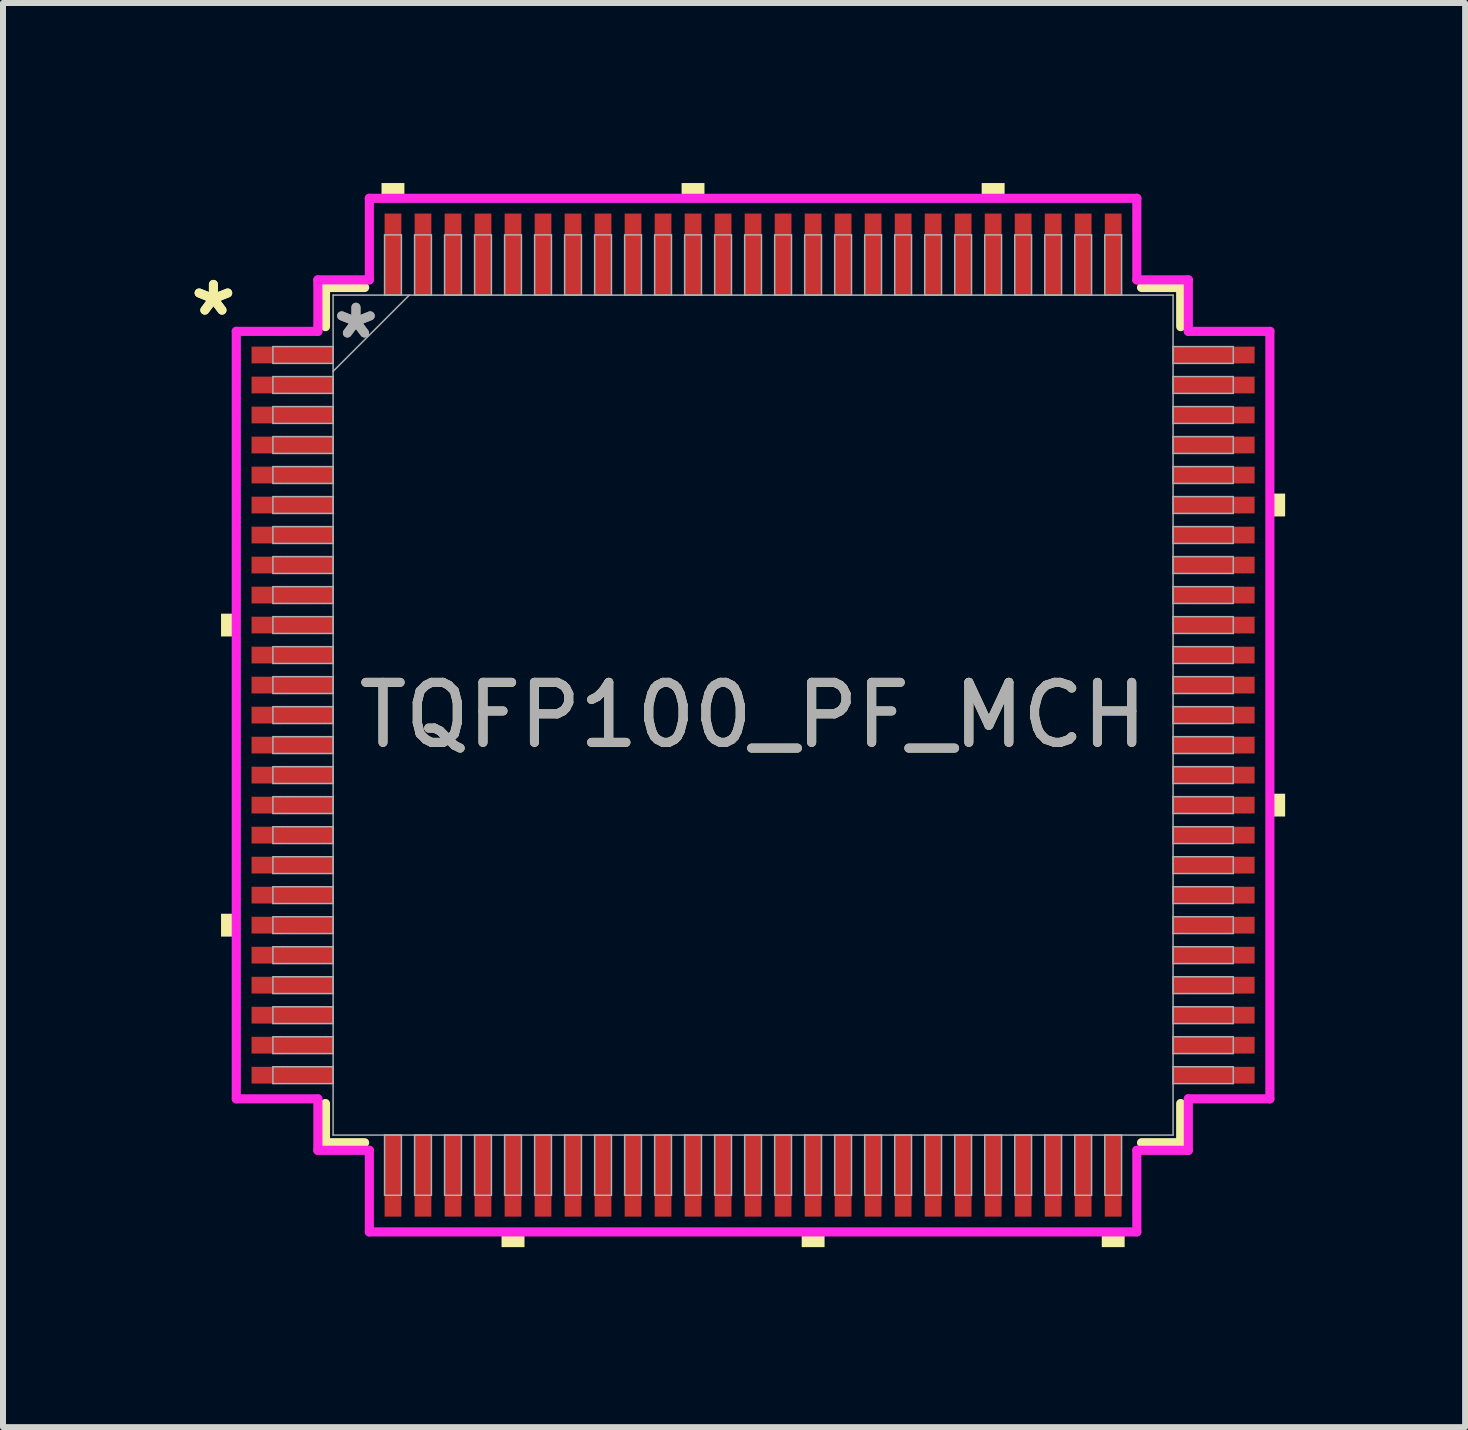
<source format=kicad_pcb>
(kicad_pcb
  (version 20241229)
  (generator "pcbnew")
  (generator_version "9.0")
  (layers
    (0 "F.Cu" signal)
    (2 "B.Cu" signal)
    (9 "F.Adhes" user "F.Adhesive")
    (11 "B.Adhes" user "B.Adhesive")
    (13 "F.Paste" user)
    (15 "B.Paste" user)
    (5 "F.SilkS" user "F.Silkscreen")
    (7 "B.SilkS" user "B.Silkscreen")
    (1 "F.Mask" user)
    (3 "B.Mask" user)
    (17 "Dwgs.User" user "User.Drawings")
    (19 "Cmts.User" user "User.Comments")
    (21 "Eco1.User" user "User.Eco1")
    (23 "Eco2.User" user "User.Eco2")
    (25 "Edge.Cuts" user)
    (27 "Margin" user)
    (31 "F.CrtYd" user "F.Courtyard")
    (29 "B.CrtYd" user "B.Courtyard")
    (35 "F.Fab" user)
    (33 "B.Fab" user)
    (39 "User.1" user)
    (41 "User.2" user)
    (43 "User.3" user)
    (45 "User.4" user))
  (footprint "TQFP100_PF_MCH"
    (layer "F.Cu")
    (at 9.498 8.865)
    (property "Reference" "TQFP100_PF_MCH" (at 0 0 0) (unlocked yes) (layer "F.SilkS") (effects (font (size 1 1) (thickness 0.15))))
    (attr smd)
    (fp_line (start -7.125 -7.125) (end -7.125 -6.472) (stroke (width 0.152) (type solid)) (layer "F.SilkS"))
    (fp_line (start -7.125 6.472) (end -7.125 7.125) (stroke (width 0.152) (type solid)) (layer "F.SilkS"))
    (fp_line (start -7.125 7.125) (end -6.472 7.125) (stroke (width 0.152) (type solid)) (layer "F.SilkS"))
    (fp_line (start -6.472 -7.125) (end -7.125 -7.125) (stroke (width 0.152) (type solid)) (layer "F.SilkS"))
    (fp_line (start 6.472 7.125) (end 7.125 7.125) (stroke (width 0.152) (type solid)) (layer "F.SilkS"))
    (fp_line (start 7.125 -7.125) (end 6.472 -7.125) (stroke (width 0.152) (type solid)) (layer "F.SilkS"))
    (fp_line (start 7.125 -6.472) (end 7.125 -7.125) (stroke (width 0.152) (type solid)) (layer "F.SilkS"))
    (fp_line (start 7.125 7.125) (end 7.125 6.472) (stroke (width 0.152) (type solid)) (layer "F.SilkS"))
    (fp_poly (pts (xy -8.865 -1.69) (xy -8.865 -1.31) (xy -8.611 -1.31) (xy -8.611 -1.69)) (stroke (width 0) (type solid)) (fill yes) (layer "F.SilkS"))
    (fp_poly (pts (xy -8.865 3.31) (xy -8.865 3.691) (xy -8.611 3.691) (xy -8.611 3.31)) (stroke (width 0) (type solid)) (fill yes) (layer "F.SilkS"))
    (fp_poly (pts (xy -6.191 -8.611) (xy -6.191 -8.865) (xy -5.81 -8.865) (xy -5.81 -8.611)) (stroke (width 0) (type solid)) (fill yes) (layer "F.SilkS"))
    (fp_poly (pts (xy -4.191 8.611) (xy -4.191 8.865) (xy -3.809 8.865) (xy -3.809 8.611)) (stroke (width 0) (type solid)) (fill yes) (layer "F.SilkS"))
    (fp_poly (pts (xy -1.191 -8.611) (xy -1.191 -8.865) (xy -0.81 -8.865) (xy -0.81 -8.611)) (stroke (width 0) (type solid)) (fill yes) (layer "F.SilkS"))
    (fp_poly (pts (xy 0.81 8.611) (xy 0.81 8.865) (xy 1.191 8.865) (xy 1.191 8.611)) (stroke (width 0) (type solid)) (fill yes) (layer "F.SilkS"))
    (fp_poly (pts (xy 3.809 -8.611) (xy 3.809 -8.865) (xy 4.191 -8.865) (xy 4.191 -8.611)) (stroke (width 0) (type solid)) (fill yes) (layer "F.SilkS"))
    (fp_poly (pts (xy 5.81 8.611) (xy 5.81 8.865) (xy 6.191 8.865) (xy 6.191 8.611)) (stroke (width 0) (type solid)) (fill yes) (layer "F.SilkS"))
    (fp_poly (pts (xy 8.865 -3.691) (xy 8.865 -3.31) (xy 8.611 -3.31) (xy 8.611 -3.691)) (stroke (width 0) (type solid)) (fill yes) (layer "F.SilkS"))
    (fp_poly (pts (xy 8.865 1.31) (xy 8.865 1.69) (xy 8.611 1.69) (xy 8.611 1.31)) (stroke (width 0) (type solid)) (fill yes) (layer "F.SilkS"))
    (fp_line (start -8.611 -6.394) (end -7.252 -6.394) (stroke (width 0.152) (type solid)) (layer "F.CrtYd"))
    (fp_line (start -8.611 6.394) (end -8.611 -6.394) (stroke (width 0.152) (type solid)) (layer "F.CrtYd"))
    (fp_line (start -7.252 -7.252) (end -6.394 -7.252) (stroke (width 0.152) (type solid)) (layer "F.CrtYd"))
    (fp_line (start -7.252 -6.394) (end -7.252 -7.252) (stroke (width 0.152) (type solid)) (layer "F.CrtYd"))
    (fp_line (start -7.252 6.394) (end -8.611 6.394) (stroke (width 0.152) (type solid)) (layer "F.CrtYd"))
    (fp_line (start -7.252 7.252) (end -7.252 6.394) (stroke (width 0.152) (type solid)) (layer "F.CrtYd"))
    (fp_line (start -7.252 7.252) (end -6.394 7.252) (stroke (width 0.152) (type solid)) (layer "F.CrtYd"))
    (fp_line (start -6.394 -8.611) (end 6.394 -8.611) (stroke (width 0.152) (type solid)) (layer "F.CrtYd"))
    (fp_line (start -6.394 -7.252) (end -6.394 -8.611) (stroke (width 0.152) (type solid)) (layer "F.CrtYd"))
    (fp_line (start -6.394 7.252) (end -6.394 8.611) (stroke (width 0.152) (type solid)) (layer "F.CrtYd"))
    (fp_line (start -6.394 8.611) (end 6.394 8.611) (stroke (width 0.152) (type solid)) (layer "F.CrtYd"))
    (fp_line (start 6.394 -8.611) (end 6.394 -7.252) (stroke (width 0.152) (type solid)) (layer "F.CrtYd"))
    (fp_line (start 6.394 -7.252) (end 7.252 -7.252) (stroke (width 0.152) (type solid)) (layer "F.CrtYd"))
    (fp_line (start 6.394 7.252) (end 7.252 7.252) (stroke (width 0.152) (type solid)) (layer "F.CrtYd"))
    (fp_line (start 6.394 8.611) (end 6.394 7.252) (stroke (width 0.152) (type solid)) (layer "F.CrtYd"))
    (fp_line (start 7.252 -6.394) (end 7.252 -7.252) (stroke (width 0.152) (type solid)) (layer "F.CrtYd"))
    (fp_line (start 7.252 6.394) (end 8.611 6.394) (stroke (width 0.152) (type solid)) (layer "F.CrtYd"))
    (fp_line (start 7.252 7.252) (end 7.252 6.394) (stroke (width 0.152) (type solid)) (layer "F.CrtYd"))
    (fp_line (start 8.611 -6.394) (end 7.252 -6.394) (stroke (width 0.152) (type solid)) (layer "F.CrtYd"))
    (fp_line (start 8.611 6.394) (end 8.611 -6.394) (stroke (width 0.152) (type solid)) (layer "F.CrtYd"))
    (fp_line (start -8.001 -6.14) (end -8.001 -5.86) (stroke (width 0.025) (type solid)) (layer "F.Fab"))
    (fp_line (start -8.001 -5.86) (end -6.998 -5.86) (stroke (width 0.025) (type solid)) (layer "F.Fab"))
    (fp_line (start -8.001 -5.64) (end -8.001 -5.36) (stroke (width 0.025) (type solid)) (layer "F.Fab"))
    (fp_line (start -8.001 -5.36) (end -6.998 -5.36) (stroke (width 0.025) (type solid)) (layer "F.Fab"))
    (fp_line (start -8.001 -5.14) (end -8.001 -4.86) (stroke (width 0.025) (type solid)) (layer "F.Fab"))
    (fp_line (start -8.001 -4.86) (end -6.998 -4.86) (stroke (width 0.025) (type solid)) (layer "F.Fab"))
    (fp_line (start -8.001 -4.64) (end -8.001 -4.36) (stroke (width 0.025) (type solid)) (layer "F.Fab"))
    (fp_line (start -8.001 -4.36) (end -6.998 -4.36) (stroke (width 0.025) (type solid)) (layer "F.Fab"))
    (fp_line (start -8.001 -4.14) (end -8.001 -3.86) (stroke (width 0.025) (type solid)) (layer "F.Fab"))
    (fp_line (start -8.001 -3.86) (end -6.998 -3.86) (stroke (width 0.025) (type solid)) (layer "F.Fab"))
    (fp_line (start -8.001 -3.64) (end -8.001 -3.36) (stroke (width 0.025) (type solid)) (layer "F.Fab"))
    (fp_line (start -8.001 -3.36) (end -6.998 -3.36) (stroke (width 0.025) (type solid)) (layer "F.Fab"))
    (fp_line (start -8.001 -3.14) (end -8.001 -2.86) (stroke (width 0.025) (type solid)) (layer "F.Fab"))
    (fp_line (start -8.001 -2.86) (end -6.998 -2.86) (stroke (width 0.025) (type solid)) (layer "F.Fab"))
    (fp_line (start -8.001 -2.64) (end -8.001 -2.36) (stroke (width 0.025) (type solid)) (layer "F.Fab"))
    (fp_line (start -8.001 -2.36) (end -6.998 -2.36) (stroke (width 0.025) (type solid)) (layer "F.Fab"))
    (fp_line (start -8.001 -2.14) (end -8.001 -1.86) (stroke (width 0.025) (type solid)) (layer "F.Fab"))
    (fp_line (start -8.001 -1.86) (end -6.998 -1.86) (stroke (width 0.025) (type solid)) (layer "F.Fab"))
    (fp_line (start -8.001 -1.64) (end -8.001 -1.36) (stroke (width 0.025) (type solid)) (layer "F.Fab"))
    (fp_line (start -8.001 -1.36) (end -6.998 -1.36) (stroke (width 0.025) (type solid)) (layer "F.Fab"))
    (fp_line (start -8.001 -1.14) (end -8.001 -0.86) (stroke (width 0.025) (type solid)) (layer "F.Fab"))
    (fp_line (start -8.001 -0.86) (end -6.998 -0.86) (stroke (width 0.025) (type solid)) (layer "F.Fab"))
    (fp_line (start -8.001 -0.64) (end -8.001 -0.36) (stroke (width 0.025) (type solid)) (layer "F.Fab"))
    (fp_line (start -8.001 -0.36) (end -6.998 -0.36) (stroke (width 0.025) (type solid)) (layer "F.Fab"))
    (fp_line (start -8.001 -0.14) (end -8.001 0.14) (stroke (width 0.025) (type solid)) (layer "F.Fab"))
    (fp_line (start -8.001 0.14) (end -6.998 0.14) (stroke (width 0.025) (type solid)) (layer "F.Fab"))
    (fp_line (start -8.001 0.36) (end -8.001 0.64) (stroke (width 0.025) (type solid)) (layer "F.Fab"))
    (fp_line (start -8.001 0.64) (end -6.998 0.64) (stroke (width 0.025) (type solid)) (layer "F.Fab"))
    (fp_line (start -8.001 0.86) (end -8.001 1.14) (stroke (width 0.025) (type solid)) (layer "F.Fab"))
    (fp_line (start -8.001 1.14) (end -6.998 1.14) (stroke (width 0.025) (type solid)) (layer "F.Fab"))
    (fp_line (start -8.001 1.36) (end -8.001 1.64) (stroke (width 0.025) (type solid)) (layer "F.Fab"))
    (fp_line (start -8.001 1.64) (end -6.998 1.64) (stroke (width 0.025) (type solid)) (layer "F.Fab"))
    (fp_line (start -8.001 1.86) (end -8.001 2.14) (stroke (width 0.025) (type solid)) (layer "F.Fab"))
    (fp_line (start -8.001 2.14) (end -6.998 2.14) (stroke (width 0.025) (type solid)) (layer "F.Fab"))
    (fp_line (start -8.001 2.36) (end -8.001 2.64) (stroke (width 0.025) (type solid)) (layer "F.Fab"))
    (fp_line (start -8.001 2.64) (end -6.998 2.64) (stroke (width 0.025) (type solid)) (layer "F.Fab"))
    (fp_line (start -8.001 2.86) (end -8.001 3.14) (stroke (width 0.025) (type solid)) (layer "F.Fab"))
    (fp_line (start -8.001 3.14) (end -6.998 3.14) (stroke (width 0.025) (type solid)) (layer "F.Fab"))
    (fp_line (start -8.001 3.36) (end -8.001 3.64) (stroke (width 0.025) (type solid)) (layer "F.Fab"))
    (fp_line (start -8.001 3.64) (end -6.998 3.64) (stroke (width 0.025) (type solid)) (layer "F.Fab"))
    (fp_line (start -8.001 3.86) (end -8.001 4.14) (stroke (width 0.025) (type solid)) (layer "F.Fab"))
    (fp_line (start -8.001 4.14) (end -6.998 4.14) (stroke (width 0.025) (type solid)) (layer "F.Fab"))
    (fp_line (start -8.001 4.36) (end -8.001 4.64) (stroke (width 0.025) (type solid)) (layer "F.Fab"))
    (fp_line (start -8.001 4.64) (end -6.998 4.64) (stroke (width 0.025) (type solid)) (layer "F.Fab"))
    (fp_line (start -8.001 4.86) (end -8.001 5.14) (stroke (width 0.025) (type solid)) (layer "F.Fab"))
    (fp_line (start -8.001 5.14) (end -6.998 5.14) (stroke (width 0.025) (type solid)) (layer "F.Fab"))
    (fp_line (start -8.001 5.36) (end -8.001 5.64) (stroke (width 0.025) (type solid)) (layer "F.Fab"))
    (fp_line (start -8.001 5.64) (end -6.998 5.64) (stroke (width 0.025) (type solid)) (layer "F.Fab"))
    (fp_line (start -8.001 5.86) (end -8.001 6.14) (stroke (width 0.025) (type solid)) (layer "F.Fab"))
    (fp_line (start -8.001 6.14) (end -6.998 6.14) (stroke (width 0.025) (type solid)) (layer "F.Fab"))
    (fp_line (start -6.998 -6.998) (end -6.998 6.998) (stroke (width 0.025) (type solid)) (layer "F.Fab"))
    (fp_line (start -6.998 -6.14) (end -8.001 -6.14) (stroke (width 0.025) (type solid)) (layer "F.Fab"))
    (fp_line (start -6.998 -5.86) (end -6.998 -6.14) (stroke (width 0.025) (type solid)) (layer "F.Fab"))
    (fp_line (start -6.998 -5.728) (end -5.728 -6.998) (stroke (width 0.025) (type solid)) (layer "F.Fab"))
    (fp_line (start -6.998 -5.64) (end -8.001 -5.64) (stroke (width 0.025) (type solid)) (layer "F.Fab"))
    (fp_line (start -6.998 -5.36) (end -6.998 -5.64) (stroke (width 0.025) (type solid)) (layer "F.Fab"))
    (fp_line (start -6.998 -5.14) (end -8.001 -5.14) (stroke (width 0.025) (type solid)) (layer "F.Fab"))
    (fp_line (start -6.998 -4.86) (end -6.998 -5.14) (stroke (width 0.025) (type solid)) (layer "F.Fab"))
    (fp_line (start -6.998 -4.64) (end -8.001 -4.64) (stroke (width 0.025) (type solid)) (layer "F.Fab"))
    (fp_line (start -6.998 -4.36) (end -6.998 -4.64) (stroke (width 0.025) (type solid)) (layer "F.Fab"))
    (fp_line (start -6.998 -4.14) (end -8.001 -4.14) (stroke (width 0.025) (type solid)) (layer "F.Fab"))
    (fp_line (start -6.998 -3.86) (end -6.998 -4.14) (stroke (width 0.025) (type solid)) (layer "F.Fab"))
    (fp_line (start -6.998 -3.64) (end -8.001 -3.64) (stroke (width 0.025) (type solid)) (layer "F.Fab"))
    (fp_line (start -6.998 -3.36) (end -6.998 -3.64) (stroke (width 0.025) (type solid)) (layer "F.Fab"))
    (fp_line (start -6.998 -3.14) (end -8.001 -3.14) (stroke (width 0.025) (type solid)) (layer "F.Fab"))
    (fp_line (start -6.998 -2.86) (end -6.998 -3.14) (stroke (width 0.025) (type solid)) (layer "F.Fab"))
    (fp_line (start -6.998 -2.64) (end -8.001 -2.64) (stroke (width 0.025) (type solid)) (layer "F.Fab"))
    (fp_line (start -6.998 -2.36) (end -6.998 -2.64) (stroke (width 0.025) (type solid)) (layer "F.Fab"))
    (fp_line (start -6.998 -2.14) (end -8.001 -2.14) (stroke (width 0.025) (type solid)) (layer "F.Fab"))
    (fp_line (start -6.998 -1.86) (end -6.998 -2.14) (stroke (width 0.025) (type solid)) (layer "F.Fab"))
    (fp_line (start -6.998 -1.64) (end -8.001 -1.64) (stroke (width 0.025) (type solid)) (layer "F.Fab"))
    (fp_line (start -6.998 -1.36) (end -6.998 -1.64) (stroke (width 0.025) (type solid)) (layer "F.Fab"))
    (fp_line (start -6.998 -1.14) (end -8.001 -1.14) (stroke (width 0.025) (type solid)) (layer "F.Fab"))
    (fp_line (start -6.998 -0.86) (end -6.998 -1.14) (stroke (width 0.025) (type solid)) (layer "F.Fab"))
    (fp_line (start -6.998 -0.64) (end -8.001 -0.64) (stroke (width 0.025) (type solid)) (layer "F.Fab"))
    (fp_line (start -6.998 -0.36) (end -6.998 -0.64) (stroke (width 0.025) (type solid)) (layer "F.Fab"))
    (fp_line (start -6.998 -0.14) (end -8.001 -0.14) (stroke (width 0.025) (type solid)) (layer "F.Fab"))
    (fp_line (start -6.998 0.14) (end -6.998 -0.14) (stroke (width 0.025) (type solid)) (layer "F.Fab"))
    (fp_line (start -6.998 0.36) (end -8.001 0.36) (stroke (width 0.025) (type solid)) (layer "F.Fab"))
    (fp_line (start -6.998 0.64) (end -6.998 0.36) (stroke (width 0.025) (type solid)) (layer "F.Fab"))
    (fp_line (start -6.998 0.86) (end -8.001 0.86) (stroke (width 0.025) (type solid)) (layer "F.Fab"))
    (fp_line (start -6.998 1.14) (end -6.998 0.86) (stroke (width 0.025) (type solid)) (layer "F.Fab"))
    (fp_line (start -6.998 1.36) (end -8.001 1.36) (stroke (width 0.025) (type solid)) (layer "F.Fab"))
    (fp_line (start -6.998 1.64) (end -6.998 1.36) (stroke (width 0.025) (type solid)) (layer "F.Fab"))
    (fp_line (start -6.998 1.86) (end -8.001 1.86) (stroke (width 0.025) (type solid)) (layer "F.Fab"))
    (fp_line (start -6.998 2.14) (end -6.998 1.86) (stroke (width 0.025) (type solid)) (layer "F.Fab"))
    (fp_line (start -6.998 2.36) (end -8.001 2.36) (stroke (width 0.025) (type solid)) (layer "F.Fab"))
    (fp_line (start -6.998 2.64) (end -6.998 2.36) (stroke (width 0.025) (type solid)) (layer "F.Fab"))
    (fp_line (start -6.998 2.86) (end -8.001 2.86) (stroke (width 0.025) (type solid)) (layer "F.Fab"))
    (fp_line (start -6.998 3.14) (end -6.998 2.86) (stroke (width 0.025) (type solid)) (layer "F.Fab"))
    (fp_line (start -6.998 3.36) (end -8.001 3.36) (stroke (width 0.025) (type solid)) (layer "F.Fab"))
    (fp_line (start -6.998 3.64) (end -6.998 3.36) (stroke (width 0.025) (type solid)) (layer "F.Fab"))
    (fp_line (start -6.998 3.86) (end -8.001 3.86) (stroke (width 0.025) (type solid)) (layer "F.Fab"))
    (fp_line (start -6.998 4.14) (end -6.998 3.86) (stroke (width 0.025) (type solid)) (layer "F.Fab"))
    (fp_line (start -6.998 4.36) (end -8.001 4.36) (stroke (width 0.025) (type solid)) (layer "F.Fab"))
    (fp_line (start -6.998 4.64) (end -6.998 4.36) (stroke (width 0.025) (type solid)) (layer "F.Fab"))
    (fp_line (start -6.998 4.86) (end -8.001 4.86) (stroke (width 0.025) (type solid)) (layer "F.Fab"))
    (fp_line (start -6.998 5.14) (end -6.998 4.86) (stroke (width 0.025) (type solid)) (layer "F.Fab"))
    (fp_line (start -6.998 5.36) (end -8.001 5.36) (stroke (width 0.025) (type solid)) (layer "F.Fab"))
    (fp_line (start -6.998 5.64) (end -6.998 5.36) (stroke (width 0.025) (type solid)) (layer "F.Fab"))
    (fp_line (start -6.998 5.86) (end -8.001 5.86) (stroke (width 0.025) (type solid)) (layer "F.Fab"))
    (fp_line (start -6.998 6.14) (end -6.998 5.86) (stroke (width 0.025) (type solid)) (layer "F.Fab"))
    (fp_line (start -6.998 6.998) (end 6.998 6.998) (stroke (width 0.025) (type solid)) (layer "F.Fab"))
    (fp_line (start -6.14 -8.001) (end -6.14 -6.998) (stroke (width 0.025) (type solid)) (layer "F.Fab"))
    (fp_line (start -6.14 -6.998) (end -5.86 -6.998) (stroke (width 0.025) (type solid)) (layer "F.Fab"))
    (fp_line (start -6.14 6.998) (end -6.14 8.001) (stroke (width 0.025) (type solid)) (layer "F.Fab"))
    (fp_line (start -6.14 8.001) (end -5.86 8.001) (stroke (width 0.025) (type solid)) (layer "F.Fab"))
    (fp_line (start -5.86 -8.001) (end -6.14 -8.001) (stroke (width 0.025) (type solid)) (layer "F.Fab"))
    (fp_line (start -5.86 -6.998) (end -5.86 -8.001) (stroke (width 0.025) (type solid)) (layer "F.Fab"))
    (fp_line (start -5.86 6.998) (end -6.14 6.998) (stroke (width 0.025) (type solid)) (layer "F.Fab"))
    (fp_line (start -5.86 8.001) (end -5.86 6.998) (stroke (width 0.025) (type solid)) (layer "F.Fab"))
    (fp_line (start -5.64 -8.001) (end -5.64 -6.998) (stroke (width 0.025) (type solid)) (layer "F.Fab"))
    (fp_line (start -5.64 -6.998) (end -5.36 -6.998) (stroke (width 0.025) (type solid)) (layer "F.Fab"))
    (fp_line (start -5.64 6.998) (end -5.64 8.001) (stroke (width 0.025) (type solid)) (layer "F.Fab"))
    (fp_line (start -5.64 8.001) (end -5.36 8.001) (stroke (width 0.025) (type solid)) (layer "F.Fab"))
    (fp_line (start -5.36 -8.001) (end -5.64 -8.001) (stroke (width 0.025) (type solid)) (layer "F.Fab"))
    (fp_line (start -5.36 -6.998) (end -5.36 -8.001) (stroke (width 0.025) (type solid)) (layer "F.Fab"))
    (fp_line (start -5.36 6.998) (end -5.64 6.998) (stroke (width 0.025) (type solid)) (layer "F.Fab"))
    (fp_line (start -5.36 8.001) (end -5.36 6.998) (stroke (width 0.025) (type solid)) (layer "F.Fab"))
    (fp_line (start -5.14 -8.001) (end -5.14 -6.998) (stroke (width 0.025) (type solid)) (layer "F.Fab"))
    (fp_line (start -5.14 -6.998) (end -4.86 -6.998) (stroke (width 0.025) (type solid)) (layer "F.Fab"))
    (fp_line (start -5.14 6.998) (end -5.14 8.001) (stroke (width 0.025) (type solid)) (layer "F.Fab"))
    (fp_line (start -5.14 8.001) (end -4.86 8.001) (stroke (width 0.025) (type solid)) (layer "F.Fab"))
    (fp_line (start -4.86 -8.001) (end -5.14 -8.001) (stroke (width 0.025) (type solid)) (layer "F.Fab"))
    (fp_line (start -4.86 -6.998) (end -4.86 -8.001) (stroke (width 0.025) (type solid)) (layer "F.Fab"))
    (fp_line (start -4.86 6.998) (end -5.14 6.998) (stroke (width 0.025) (type solid)) (layer "F.Fab"))
    (fp_line (start -4.86 8.001) (end -4.86 6.998) (stroke (width 0.025) (type solid)) (layer "F.Fab"))
    (fp_line (start -4.64 -8.001) (end -4.64 -6.998) (stroke (width 0.025) (type solid)) (layer "F.Fab"))
    (fp_line (start -4.64 -6.998) (end -4.36 -6.998) (stroke (width 0.025) (type solid)) (layer "F.Fab"))
    (fp_line (start -4.64 6.998) (end -4.64 8.001) (stroke (width 0.025) (type solid)) (layer "F.Fab"))
    (fp_line (start -4.64 8.001) (end -4.36 8.001) (stroke (width 0.025) (type solid)) (layer "F.Fab"))
    (fp_line (start -4.36 -8.001) (end -4.64 -8.001) (stroke (width 0.025) (type solid)) (layer "F.Fab"))
    (fp_line (start -4.36 -6.998) (end -4.36 -8.001) (stroke (width 0.025) (type solid)) (layer "F.Fab"))
    (fp_line (start -4.36 6.998) (end -4.64 6.998) (stroke (width 0.025) (type solid)) (layer "F.Fab"))
    (fp_line (start -4.36 8.001) (end -4.36 6.998) (stroke (width 0.025) (type solid)) (layer "F.Fab"))
    (fp_line (start -4.14 -8.001) (end -4.14 -6.998) (stroke (width 0.025) (type solid)) (layer "F.Fab"))
    (fp_line (start -4.14 -6.998) (end -3.86 -6.998) (stroke (width 0.025) (type solid)) (layer "F.Fab"))
    (fp_line (start -4.14 6.998) (end -4.14 8.001) (stroke (width 0.025) (type solid)) (layer "F.Fab"))
    (fp_line (start -4.14 8.001) (end -3.86 8.001) (stroke (width 0.025) (type solid)) (layer "F.Fab"))
    (fp_line (start -3.86 -8.001) (end -4.14 -8.001) (stroke (width 0.025) (type solid)) (layer "F.Fab"))
    (fp_line (start -3.86 -6.998) (end -3.86 -8.001) (stroke (width 0.025) (type solid)) (layer "F.Fab"))
    (fp_line (start -3.86 6.998) (end -4.14 6.998) (stroke (width 0.025) (type solid)) (layer "F.Fab"))
    (fp_line (start -3.86 8.001) (end -3.86 6.998) (stroke (width 0.025) (type solid)) (layer "F.Fab"))
    (fp_line (start -3.64 -8.001) (end -3.64 -6.998) (stroke (width 0.025) (type solid)) (layer "F.Fab"))
    (fp_line (start -3.64 -6.998) (end -3.36 -6.998) (stroke (width 0.025) (type solid)) (layer "F.Fab"))
    (fp_line (start -3.64 6.998) (end -3.64 8.001) (stroke (width 0.025) (type solid)) (layer "F.Fab"))
    (fp_line (start -3.64 8.001) (end -3.36 8.001) (stroke (width 0.025) (type solid)) (layer "F.Fab"))
    (fp_line (start -3.36 -8.001) (end -3.64 -8.001) (stroke (width 0.025) (type solid)) (layer "F.Fab"))
    (fp_line (start -3.36 -6.998) (end -3.36 -8.001) (stroke (width 0.025) (type solid)) (layer "F.Fab"))
    (fp_line (start -3.36 6.998) (end -3.64 6.998) (stroke (width 0.025) (type solid)) (layer "F.Fab"))
    (fp_line (start -3.36 8.001) (end -3.36 6.998) (stroke (width 0.025) (type solid)) (layer "F.Fab"))
    (fp_line (start -3.14 -8.001) (end -3.14 -6.998) (stroke (width 0.025) (type solid)) (layer "F.Fab"))
    (fp_line (start -3.14 -6.998) (end -2.86 -6.998) (stroke (width 0.025) (type solid)) (layer "F.Fab"))
    (fp_line (start -3.14 6.998) (end -3.14 8.001) (stroke (width 0.025) (type solid)) (layer "F.Fab"))
    (fp_line (start -3.14 8.001) (end -2.86 8.001) (stroke (width 0.025) (type solid)) (layer "F.Fab"))
    (fp_line (start -2.86 -8.001) (end -3.14 -8.001) (stroke (width 0.025) (type solid)) (layer "F.Fab"))
    (fp_line (start -2.86 -6.998) (end -2.86 -8.001) (stroke (width 0.025) (type solid)) (layer "F.Fab"))
    (fp_line (start -2.86 6.998) (end -3.14 6.998) (stroke (width 0.025) (type solid)) (layer "F.Fab"))
    (fp_line (start -2.86 8.001) (end -2.86 6.998) (stroke (width 0.025) (type solid)) (layer "F.Fab"))
    (fp_line (start -2.64 -8.001) (end -2.64 -6.998) (stroke (width 0.025) (type solid)) (layer "F.Fab"))
    (fp_line (start -2.64 -6.998) (end -2.36 -6.998) (stroke (width 0.025) (type solid)) (layer "F.Fab"))
    (fp_line (start -2.64 6.998) (end -2.64 8.001) (stroke (width 0.025) (type solid)) (layer "F.Fab"))
    (fp_line (start -2.64 8.001) (end -2.36 8.001) (stroke (width 0.025) (type solid)) (layer "F.Fab"))
    (fp_line (start -2.36 -8.001) (end -2.64 -8.001) (stroke (width 0.025) (type solid)) (layer "F.Fab"))
    (fp_line (start -2.36 -6.998) (end -2.36 -8.001) (stroke (width 0.025) (type solid)) (layer "F.Fab"))
    (fp_line (start -2.36 6.998) (end -2.64 6.998) (stroke (width 0.025) (type solid)) (layer "F.Fab"))
    (fp_line (start -2.36 8.001) (end -2.36 6.998) (stroke (width 0.025) (type solid)) (layer "F.Fab"))
    (fp_line (start -2.14 -8.001) (end -2.14 -6.998) (stroke (width 0.025) (type solid)) (layer "F.Fab"))
    (fp_line (start -2.14 -6.998) (end -1.86 -6.998) (stroke (width 0.025) (type solid)) (layer "F.Fab"))
    (fp_line (start -2.14 6.998) (end -2.14 8.001) (stroke (width 0.025) (type solid)) (layer "F.Fab"))
    (fp_line (start -2.14 8.001) (end -1.86 8.001) (stroke (width 0.025) (type solid)) (layer "F.Fab"))
    (fp_line (start -1.86 -8.001) (end -2.14 -8.001) (stroke (width 0.025) (type solid)) (layer "F.Fab"))
    (fp_line (start -1.86 -6.998) (end -1.86 -8.001) (stroke (width 0.025) (type solid)) (layer "F.Fab"))
    (fp_line (start -1.86 6.998) (end -2.14 6.998) (stroke (width 0.025) (type solid)) (layer "F.Fab"))
    (fp_line (start -1.86 8.001) (end -1.86 6.998) (stroke (width 0.025) (type solid)) (layer "F.Fab"))
    (fp_line (start -1.64 -8.001) (end -1.64 -6.998) (stroke (width 0.025) (type solid)) (layer "F.Fab"))
    (fp_line (start -1.64 -6.998) (end -1.36 -6.998) (stroke (width 0.025) (type solid)) (layer "F.Fab"))
    (fp_line (start -1.64 6.998) (end -1.64 8.001) (stroke (width 0.025) (type solid)) (layer "F.Fab"))
    (fp_line (start -1.64 8.001) (end -1.36 8.001) (stroke (width 0.025) (type solid)) (layer "F.Fab"))
    (fp_line (start -1.36 -8.001) (end -1.64 -8.001) (stroke (width 0.025) (type solid)) (layer "F.Fab"))
    (fp_line (start -1.36 -6.998) (end -1.36 -8.001) (stroke (width 0.025) (type solid)) (layer "F.Fab"))
    (fp_line (start -1.36 6.998) (end -1.64 6.998) (stroke (width 0.025) (type solid)) (layer "F.Fab"))
    (fp_line (start -1.36 8.001) (end -1.36 6.998) (stroke (width 0.025) (type solid)) (layer "F.Fab"))
    (fp_line (start -1.14 -8.001) (end -1.14 -6.998) (stroke (width 0.025) (type solid)) (layer "F.Fab"))
    (fp_line (start -1.14 -6.998) (end -0.86 -6.998) (stroke (width 0.025) (type solid)) (layer "F.Fab"))
    (fp_line (start -1.14 6.998) (end -1.14 8.001) (stroke (width 0.025) (type solid)) (layer "F.Fab"))
    (fp_line (start -1.14 8.001) (end -0.86 8.001) (stroke (width 0.025) (type solid)) (layer "F.Fab"))
    (fp_line (start -0.86 -8.001) (end -1.14 -8.001) (stroke (width 0.025) (type solid)) (layer "F.Fab"))
    (fp_line (start -0.86 -6.998) (end -0.86 -8.001) (stroke (width 0.025) (type solid)) (layer "F.Fab"))
    (fp_line (start -0.86 6.998) (end -1.14 6.998) (stroke (width 0.025) (type solid)) (layer "F.Fab"))
    (fp_line (start -0.86 8.001) (end -0.86 6.998) (stroke (width 0.025) (type solid)) (layer "F.Fab"))
    (fp_line (start -0.64 -8.001) (end -0.64 -6.998) (stroke (width 0.025) (type solid)) (layer "F.Fab"))
    (fp_line (start -0.64 -6.998) (end -0.36 -6.998) (stroke (width 0.025) (type solid)) (layer "F.Fab"))
    (fp_line (start -0.64 6.998) (end -0.64 8.001) (stroke (width 0.025) (type solid)) (layer "F.Fab"))
    (fp_line (start -0.64 8.001) (end -0.36 8.001) (stroke (width 0.025) (type solid)) (layer "F.Fab"))
    (fp_line (start -0.36 -8.001) (end -0.64 -8.001) (stroke (width 0.025) (type solid)) (layer "F.Fab"))
    (fp_line (start -0.36 -6.998) (end -0.36 -8.001) (stroke (width 0.025) (type solid)) (layer "F.Fab"))
    (fp_line (start -0.36 6.998) (end -0.64 6.998) (stroke (width 0.025) (type solid)) (layer "F.Fab"))
    (fp_line (start -0.36 8.001) (end -0.36 6.998) (stroke (width 0.025) (type solid)) (layer "F.Fab"))
    (fp_line (start -0.14 -8.001) (end -0.14 -6.998) (stroke (width 0.025) (type solid)) (layer "F.Fab"))
    (fp_line (start -0.14 -6.998) (end 0.14 -6.998) (stroke (width 0.025) (type solid)) (layer "F.Fab"))
    (fp_line (start -0.14 6.998) (end -0.14 8.001) (stroke (width 0.025) (type solid)) (layer "F.Fab"))
    (fp_line (start -0.14 8.001) (end 0.14 8.001) (stroke (width 0.025) (type solid)) (layer "F.Fab"))
    (fp_line (start 0.14 -8.001) (end -0.14 -8.001) (stroke (width 0.025) (type solid)) (layer "F.Fab"))
    (fp_line (start 0.14 -6.998) (end 0.14 -8.001) (stroke (width 0.025) (type solid)) (layer "F.Fab"))
    (fp_line (start 0.14 6.998) (end -0.14 6.998) (stroke (width 0.025) (type solid)) (layer "F.Fab"))
    (fp_line (start 0.14 8.001) (end 0.14 6.998) (stroke (width 0.025) (type solid)) (layer "F.Fab"))
    (fp_line (start 0.36 -8.001) (end 0.36 -6.998) (stroke (width 0.025) (type solid)) (layer "F.Fab"))
    (fp_line (start 0.36 -6.998) (end 0.64 -6.998) (stroke (width 0.025) (type solid)) (layer "F.Fab"))
    (fp_line (start 0.36 6.998) (end 0.36 8.001) (stroke (width 0.025) (type solid)) (layer "F.Fab"))
    (fp_line (start 0.36 8.001) (end 0.64 8.001) (stroke (width 0.025) (type solid)) (layer "F.Fab"))
    (fp_line (start 0.64 -8.001) (end 0.36 -8.001) (stroke (width 0.025) (type solid)) (layer "F.Fab"))
    (fp_line (start 0.64 -6.998) (end 0.64 -8.001) (stroke (width 0.025) (type solid)) (layer "F.Fab"))
    (fp_line (start 0.64 6.998) (end 0.36 6.998) (stroke (width 0.025) (type solid)) (layer "F.Fab"))
    (fp_line (start 0.64 8.001) (end 0.64 6.998) (stroke (width 0.025) (type solid)) (layer "F.Fab"))
    (fp_line (start 0.86 -8.001) (end 0.86 -6.998) (stroke (width 0.025) (type solid)) (layer "F.Fab"))
    (fp_line (start 0.86 -6.998) (end 1.14 -6.998) (stroke (width 0.025) (type solid)) (layer "F.Fab"))
    (fp_line (start 0.86 6.998) (end 0.86 8.001) (stroke (width 0.025) (type solid)) (layer "F.Fab"))
    (fp_line (start 0.86 8.001) (end 1.14 8.001) (stroke (width 0.025) (type solid)) (layer "F.Fab"))
    (fp_line (start 1.14 -8.001) (end 0.86 -8.001) (stroke (width 0.025) (type solid)) (layer "F.Fab"))
    (fp_line (start 1.14 -6.998) (end 1.14 -8.001) (stroke (width 0.025) (type solid)) (layer "F.Fab"))
    (fp_line (start 1.14 6.998) (end 0.86 6.998) (stroke (width 0.025) (type solid)) (layer "F.Fab"))
    (fp_line (start 1.14 8.001) (end 1.14 6.998) (stroke (width 0.025) (type solid)) (layer "F.Fab"))
    (fp_line (start 1.36 -8.001) (end 1.36 -6.998) (stroke (width 0.025) (type solid)) (layer "F.Fab"))
    (fp_line (start 1.36 -6.998) (end 1.64 -6.998) (stroke (width 0.025) (type solid)) (layer "F.Fab"))
    (fp_line (start 1.36 6.998) (end 1.36 8.001) (stroke (width 0.025) (type solid)) (layer "F.Fab"))
    (fp_line (start 1.36 8.001) (end 1.64 8.001) (stroke (width 0.025) (type solid)) (layer "F.Fab"))
    (fp_line (start 1.64 -8.001) (end 1.36 -8.001) (stroke (width 0.025) (type solid)) (layer "F.Fab"))
    (fp_line (start 1.64 -6.998) (end 1.64 -8.001) (stroke (width 0.025) (type solid)) (layer "F.Fab"))
    (fp_line (start 1.64 6.998) (end 1.36 6.998) (stroke (width 0.025) (type solid)) (layer "F.Fab"))
    (fp_line (start 1.64 8.001) (end 1.64 6.998) (stroke (width 0.025) (type solid)) (layer "F.Fab"))
    (fp_line (start 1.86 -8.001) (end 1.86 -6.998) (stroke (width 0.025) (type solid)) (layer "F.Fab"))
    (fp_line (start 1.86 -6.998) (end 2.14 -6.998) (stroke (width 0.025) (type solid)) (layer "F.Fab"))
    (fp_line (start 1.86 6.998) (end 1.86 8.001) (stroke (width 0.025) (type solid)) (layer "F.Fab"))
    (fp_line (start 1.86 8.001) (end 2.14 8.001) (stroke (width 0.025) (type solid)) (layer "F.Fab"))
    (fp_line (start 2.14 -8.001) (end 1.86 -8.001) (stroke (width 0.025) (type solid)) (layer "F.Fab"))
    (fp_line (start 2.14 -6.998) (end 2.14 -8.001) (stroke (width 0.025) (type solid)) (layer "F.Fab"))
    (fp_line (start 2.14 6.998) (end 1.86 6.998) (stroke (width 0.025) (type solid)) (layer "F.Fab"))
    (fp_line (start 2.14 8.001) (end 2.14 6.998) (stroke (width 0.025) (type solid)) (layer "F.Fab"))
    (fp_line (start 2.36 -8.001) (end 2.36 -6.998) (stroke (width 0.025) (type solid)) (layer "F.Fab"))
    (fp_line (start 2.36 -6.998) (end 2.64 -6.998) (stroke (width 0.025) (type solid)) (layer "F.Fab"))
    (fp_line (start 2.36 6.998) (end 2.36 8.001) (stroke (width 0.025) (type solid)) (layer "F.Fab"))
    (fp_line (start 2.36 8.001) (end 2.64 8.001) (stroke (width 0.025) (type solid)) (layer "F.Fab"))
    (fp_line (start 2.64 -8.001) (end 2.36 -8.001) (stroke (width 0.025) (type solid)) (layer "F.Fab"))
    (fp_line (start 2.64 -6.998) (end 2.64 -8.001) (stroke (width 0.025) (type solid)) (layer "F.Fab"))
    (fp_line (start 2.64 6.998) (end 2.36 6.998) (stroke (width 0.025) (type solid)) (layer "F.Fab"))
    (fp_line (start 2.64 8.001) (end 2.64 6.998) (stroke (width 0.025) (type solid)) (layer "F.Fab"))
    (fp_line (start 2.86 -8.001) (end 2.86 -6.998) (stroke (width 0.025) (type solid)) (layer "F.Fab"))
    (fp_line (start 2.86 -6.998) (end 3.14 -6.998) (stroke (width 0.025) (type solid)) (layer "F.Fab"))
    (fp_line (start 2.86 6.998) (end 2.86 8.001) (stroke (width 0.025) (type solid)) (layer "F.Fab"))
    (fp_line (start 2.86 8.001) (end 3.14 8.001) (stroke (width 0.025) (type solid)) (layer "F.Fab"))
    (fp_line (start 3.14 -8.001) (end 2.86 -8.001) (stroke (width 0.025) (type solid)) (layer "F.Fab"))
    (fp_line (start 3.14 -6.998) (end 3.14 -8.001) (stroke (width 0.025) (type solid)) (layer "F.Fab"))
    (fp_line (start 3.14 6.998) (end 2.86 6.998) (stroke (width 0.025) (type solid)) (layer "F.Fab"))
    (fp_line (start 3.14 8.001) (end 3.14 6.998) (stroke (width 0.025) (type solid)) (layer "F.Fab"))
    (fp_line (start 3.36 -8.001) (end 3.36 -6.998) (stroke (width 0.025) (type solid)) (layer "F.Fab"))
    (fp_line (start 3.36 -6.998) (end 3.64 -6.998) (stroke (width 0.025) (type solid)) (layer "F.Fab"))
    (fp_line (start 3.36 6.998) (end 3.36 8.001) (stroke (width 0.025) (type solid)) (layer "F.Fab"))
    (fp_line (start 3.36 8.001) (end 3.64 8.001) (stroke (width 0.025) (type solid)) (layer "F.Fab"))
    (fp_line (start 3.64 -8.001) (end 3.36 -8.001) (stroke (width 0.025) (type solid)) (layer "F.Fab"))
    (fp_line (start 3.64 -6.998) (end 3.64 -8.001) (stroke (width 0.025) (type solid)) (layer "F.Fab"))
    (fp_line (start 3.64 6.998) (end 3.36 6.998) (stroke (width 0.025) (type solid)) (layer "F.Fab"))
    (fp_line (start 3.64 8.001) (end 3.64 6.998) (stroke (width 0.025) (type solid)) (layer "F.Fab"))
    (fp_line (start 3.86 -8.001) (end 3.86 -6.998) (stroke (width 0.025) (type solid)) (layer "F.Fab"))
    (fp_line (start 3.86 -6.998) (end 4.14 -6.998) (stroke (width 0.025) (type solid)) (layer "F.Fab"))
    (fp_line (start 3.86 6.998) (end 3.86 8.001) (stroke (width 0.025) (type solid)) (layer "F.Fab"))
    (fp_line (start 3.86 8.001) (end 4.14 8.001) (stroke (width 0.025) (type solid)) (layer "F.Fab"))
    (fp_line (start 4.14 -8.001) (end 3.86 -8.001) (stroke (width 0.025) (type solid)) (layer "F.Fab"))
    (fp_line (start 4.14 -6.998) (end 4.14 -8.001) (stroke (width 0.025) (type solid)) (layer "F.Fab"))
    (fp_line (start 4.14 6.998) (end 3.86 6.998) (stroke (width 0.025) (type solid)) (layer "F.Fab"))
    (fp_line (start 4.14 8.001) (end 4.14 6.998) (stroke (width 0.025) (type solid)) (layer "F.Fab"))
    (fp_line (start 4.36 -8.001) (end 4.36 -6.998) (stroke (width 0.025) (type solid)) (layer "F.Fab"))
    (fp_line (start 4.36 -6.998) (end 4.64 -6.998) (stroke (width 0.025) (type solid)) (layer "F.Fab"))
    (fp_line (start 4.36 6.998) (end 4.36 8.001) (stroke (width 0.025) (type solid)) (layer "F.Fab"))
    (fp_line (start 4.36 8.001) (end 4.64 8.001) (stroke (width 0.025) (type solid)) (layer "F.Fab"))
    (fp_line (start 4.64 -8.001) (end 4.36 -8.001) (stroke (width 0.025) (type solid)) (layer "F.Fab"))
    (fp_line (start 4.64 -6.998) (end 4.64 -8.001) (stroke (width 0.025) (type solid)) (layer "F.Fab"))
    (fp_line (start 4.64 6.998) (end 4.36 6.998) (stroke (width 0.025) (type solid)) (layer "F.Fab"))
    (fp_line (start 4.64 8.001) (end 4.64 6.998) (stroke (width 0.025) (type solid)) (layer "F.Fab"))
    (fp_line (start 4.86 -8.001) (end 4.86 -6.998) (stroke (width 0.025) (type solid)) (layer "F.Fab"))
    (fp_line (start 4.86 -6.998) (end 5.14 -6.998) (stroke (width 0.025) (type solid)) (layer "F.Fab"))
    (fp_line (start 4.86 6.998) (end 4.86 8.001) (stroke (width 0.025) (type solid)) (layer "F.Fab"))
    (fp_line (start 4.86 8.001) (end 5.14 8.001) (stroke (width 0.025) (type solid)) (layer "F.Fab"))
    (fp_line (start 5.14 -8.001) (end 4.86 -8.001) (stroke (width 0.025) (type solid)) (layer "F.Fab"))
    (fp_line (start 5.14 -6.998) (end 5.14 -8.001) (stroke (width 0.025) (type solid)) (layer "F.Fab"))
    (fp_line (start 5.14 6.998) (end 4.86 6.998) (stroke (width 0.025) (type solid)) (layer "F.Fab"))
    (fp_line (start 5.14 8.001) (end 5.14 6.998) (stroke (width 0.025) (type solid)) (layer "F.Fab"))
    (fp_line (start 5.36 -8.001) (end 5.36 -6.998) (stroke (width 0.025) (type solid)) (layer "F.Fab"))
    (fp_line (start 5.36 -6.998) (end 5.64 -6.998) (stroke (width 0.025) (type solid)) (layer "F.Fab"))
    (fp_line (start 5.36 6.998) (end 5.36 8.001) (stroke (width 0.025) (type solid)) (layer "F.Fab"))
    (fp_line (start 5.36 8.001) (end 5.64 8.001) (stroke (width 0.025) (type solid)) (layer "F.Fab"))
    (fp_line (start 5.64 -8.001) (end 5.36 -8.001) (stroke (width 0.025) (type solid)) (layer "F.Fab"))
    (fp_line (start 5.64 -6.998) (end 5.64 -8.001) (stroke (width 0.025) (type solid)) (layer "F.Fab"))
    (fp_line (start 5.64 6.998) (end 5.36 6.998) (stroke (width 0.025) (type solid)) (layer "F.Fab"))
    (fp_line (start 5.64 8.001) (end 5.64 6.998) (stroke (width 0.025) (type solid)) (layer "F.Fab"))
    (fp_line (start 5.86 -8.001) (end 5.86 -6.998) (stroke (width 0.025) (type solid)) (layer "F.Fab"))
    (fp_line (start 5.86 -6.998) (end 6.14 -6.998) (stroke (width 0.025) (type solid)) (layer "F.Fab"))
    (fp_line (start 5.86 6.998) (end 5.86 8.001) (stroke (width 0.025) (type solid)) (layer "F.Fab"))
    (fp_line (start 5.86 8.001) (end 6.14 8.001) (stroke (width 0.025) (type solid)) (layer "F.Fab"))
    (fp_line (start 6.14 -8.001) (end 5.86 -8.001) (stroke (width 0.025) (type solid)) (layer "F.Fab"))
    (fp_line (start 6.14 -6.998) (end 6.14 -8.001) (stroke (width 0.025) (type solid)) (layer "F.Fab"))
    (fp_line (start 6.14 6.998) (end 5.86 6.998) (stroke (width 0.025) (type solid)) (layer "F.Fab"))
    (fp_line (start 6.14 8.001) (end 6.14 6.998) (stroke (width 0.025) (type solid)) (layer "F.Fab"))
    (fp_line (start 6.998 -6.998) (end -6.998 -6.998) (stroke (width 0.025) (type solid)) (layer "F.Fab"))
    (fp_line (start 6.998 -6.14) (end 6.998 -5.86) (stroke (width 0.025) (type solid)) (layer "F.Fab"))
    (fp_line (start 6.998 -5.86) (end 8.001 -5.86) (stroke (width 0.025) (type solid)) (layer "F.Fab"))
    (fp_line (start 6.998 -5.64) (end 6.998 -5.36) (stroke (width 0.025) (type solid)) (layer "F.Fab"))
    (fp_line (start 6.998 -5.36) (end 8.001 -5.36) (stroke (width 0.025) (type solid)) (layer "F.Fab"))
    (fp_line (start 6.998 -5.14) (end 6.998 -4.86) (stroke (width 0.025) (type solid)) (layer "F.Fab"))
    (fp_line (start 6.998 -4.86) (end 8.001 -4.86) (stroke (width 0.025) (type solid)) (layer "F.Fab"))
    (fp_line (start 6.998 -4.64) (end 6.998 -4.36) (stroke (width 0.025) (type solid)) (layer "F.Fab"))
    (fp_line (start 6.998 -4.36) (end 8.001 -4.36) (stroke (width 0.025) (type solid)) (layer "F.Fab"))
    (fp_line (start 6.998 -4.14) (end 6.998 -3.86) (stroke (width 0.025) (type solid)) (layer "F.Fab"))
    (fp_line (start 6.998 -3.86) (end 8.001 -3.86) (stroke (width 0.025) (type solid)) (layer "F.Fab"))
    (fp_line (start 6.998 -3.64) (end 6.998 -3.36) (stroke (width 0.025) (type solid)) (layer "F.Fab"))
    (fp_line (start 6.998 -3.36) (end 8.001 -3.36) (stroke (width 0.025) (type solid)) (layer "F.Fab"))
    (fp_line (start 6.998 -3.14) (end 6.998 -2.86) (stroke (width 0.025) (type solid)) (layer "F.Fab"))
    (fp_line (start 6.998 -2.86) (end 8.001 -2.86) (stroke (width 0.025) (type solid)) (layer "F.Fab"))
    (fp_line (start 6.998 -2.64) (end 6.998 -2.36) (stroke (width 0.025) (type solid)) (layer "F.Fab"))
    (fp_line (start 6.998 -2.36) (end 8.001 -2.36) (stroke (width 0.025) (type solid)) (layer "F.Fab"))
    (fp_line (start 6.998 -2.14) (end 6.998 -1.86) (stroke (width 0.025) (type solid)) (layer "F.Fab"))
    (fp_line (start 6.998 -1.86) (end 8.001 -1.86) (stroke (width 0.025) (type solid)) (layer "F.Fab"))
    (fp_line (start 6.998 -1.64) (end 6.998 -1.36) (stroke (width 0.025) (type solid)) (layer "F.Fab"))
    (fp_line (start 6.998 -1.36) (end 8.001 -1.36) (stroke (width 0.025) (type solid)) (layer "F.Fab"))
    (fp_line (start 6.998 -1.14) (end 6.998 -0.86) (stroke (width 0.025) (type solid)) (layer "F.Fab"))
    (fp_line (start 6.998 -0.86) (end 8.001 -0.86) (stroke (width 0.025) (type solid)) (layer "F.Fab"))
    (fp_line (start 6.998 -0.64) (end 6.998 -0.36) (stroke (width 0.025) (type solid)) (layer "F.Fab"))
    (fp_line (start 6.998 -0.36) (end 8.001 -0.36) (stroke (width 0.025) (type solid)) (layer "F.Fab"))
    (fp_line (start 6.998 -0.14) (end 6.998 0.14) (stroke (width 0.025) (type solid)) (layer "F.Fab"))
    (fp_line (start 6.998 0.14) (end 8.001 0.14) (stroke (width 0.025) (type solid)) (layer "F.Fab"))
    (fp_line (start 6.998 0.36) (end 6.998 0.64) (stroke (width 0.025) (type solid)) (layer "F.Fab"))
    (fp_line (start 6.998 0.64) (end 8.001 0.64) (stroke (width 0.025) (type solid)) (layer "F.Fab"))
    (fp_line (start 6.998 0.86) (end 6.998 1.14) (stroke (width 0.025) (type solid)) (layer "F.Fab"))
    (fp_line (start 6.998 1.14) (end 8.001 1.14) (stroke (width 0.025) (type solid)) (layer "F.Fab"))
    (fp_line (start 6.998 1.36) (end 6.998 1.64) (stroke (width 0.025) (type solid)) (layer "F.Fab"))
    (fp_line (start 6.998 1.64) (end 8.001 1.64) (stroke (width 0.025) (type solid)) (layer "F.Fab"))
    (fp_line (start 6.998 1.86) (end 6.998 2.14) (stroke (width 0.025) (type solid)) (layer "F.Fab"))
    (fp_line (start 6.998 2.14) (end 8.001 2.14) (stroke (width 0.025) (type solid)) (layer "F.Fab"))
    (fp_line (start 6.998 2.36) (end 6.998 2.64) (stroke (width 0.025) (type solid)) (layer "F.Fab"))
    (fp_line (start 6.998 2.64) (end 8.001 2.64) (stroke (width 0.025) (type solid)) (layer "F.Fab"))
    (fp_line (start 6.998 2.86) (end 6.998 3.14) (stroke (width 0.025) (type solid)) (layer "F.Fab"))
    (fp_line (start 6.998 3.14) (end 8.001 3.14) (stroke (width 0.025) (type solid)) (layer "F.Fab"))
    (fp_line (start 6.998 3.36) (end 6.998 3.64) (stroke (width 0.025) (type solid)) (layer "F.Fab"))
    (fp_line (start 6.998 3.64) (end 8.001 3.64) (stroke (width 0.025) (type solid)) (layer "F.Fab"))
    (fp_line (start 6.998 3.86) (end 6.998 4.14) (stroke (width 0.025) (type solid)) (layer "F.Fab"))
    (fp_line (start 6.998 4.14) (end 8.001 4.14) (stroke (width 0.025) (type solid)) (layer "F.Fab"))
    (fp_line (start 6.998 4.36) (end 6.998 4.64) (stroke (width 0.025) (type solid)) (layer "F.Fab"))
    (fp_line (start 6.998 4.64) (end 8.001 4.64) (stroke (width 0.025) (type solid)) (layer "F.Fab"))
    (fp_line (start 6.998 4.86) (end 6.998 5.14) (stroke (width 0.025) (type solid)) (layer "F.Fab"))
    (fp_line (start 6.998 5.14) (end 8.001 5.14) (stroke (width 0.025) (type solid)) (layer "F.Fab"))
    (fp_line (start 6.998 5.36) (end 6.998 5.64) (stroke (width 0.025) (type solid)) (layer "F.Fab"))
    (fp_line (start 6.998 5.64) (end 8.001 5.64) (stroke (width 0.025) (type solid)) (layer "F.Fab"))
    (fp_line (start 6.998 5.86) (end 6.998 6.14) (stroke (width 0.025) (type solid)) (layer "F.Fab"))
    (fp_line (start 6.998 6.14) (end 8.001 6.14) (stroke (width 0.025) (type solid)) (layer "F.Fab"))
    (fp_line (start 6.998 6.998) (end 6.998 -6.998) (stroke (width 0.025) (type solid)) (layer "F.Fab"))
    (fp_line (start 8.001 -6.14) (end 6.998 -6.14) (stroke (width 0.025) (type solid)) (layer "F.Fab"))
    (fp_line (start 8.001 -5.86) (end 8.001 -6.14) (stroke (width 0.025) (type solid)) (layer "F.Fab"))
    (fp_line (start 8.001 -5.64) (end 6.998 -5.64) (stroke (width 0.025) (type solid)) (layer "F.Fab"))
    (fp_line (start 8.001 -5.36) (end 8.001 -5.64) (stroke (width 0.025) (type solid)) (layer "F.Fab"))
    (fp_line (start 8.001 -5.14) (end 6.998 -5.14) (stroke (width 0.025) (type solid)) (layer "F.Fab"))
    (fp_line (start 8.001 -4.86) (end 8.001 -5.14) (stroke (width 0.025) (type solid)) (layer "F.Fab"))
    (fp_line (start 8.001 -4.64) (end 6.998 -4.64) (stroke (width 0.025) (type solid)) (layer "F.Fab"))
    (fp_line (start 8.001 -4.36) (end 8.001 -4.64) (stroke (width 0.025) (type solid)) (layer "F.Fab"))
    (fp_line (start 8.001 -4.14) (end 6.998 -4.14) (stroke (width 0.025) (type solid)) (layer "F.Fab"))
    (fp_line (start 8.001 -3.86) (end 8.001 -4.14) (stroke (width 0.025) (type solid)) (layer "F.Fab"))
    (fp_line (start 8.001 -3.64) (end 6.998 -3.64) (stroke (width 0.025) (type solid)) (layer "F.Fab"))
    (fp_line (start 8.001 -3.36) (end 8.001 -3.64) (stroke (width 0.025) (type solid)) (layer "F.Fab"))
    (fp_line (start 8.001 -3.14) (end 6.998 -3.14) (stroke (width 0.025) (type solid)) (layer "F.Fab"))
    (fp_line (start 8.001 -2.86) (end 8.001 -3.14) (stroke (width 0.025) (type solid)) (layer "F.Fab"))
    (fp_line (start 8.001 -2.64) (end 6.998 -2.64) (stroke (width 0.025) (type solid)) (layer "F.Fab"))
    (fp_line (start 8.001 -2.36) (end 8.001 -2.64) (stroke (width 0.025) (type solid)) (layer "F.Fab"))
    (fp_line (start 8.001 -2.14) (end 6.998 -2.14) (stroke (width 0.025) (type solid)) (layer "F.Fab"))
    (fp_line (start 8.001 -1.86) (end 8.001 -2.14) (stroke (width 0.025) (type solid)) (layer "F.Fab"))
    (fp_line (start 8.001 -1.64) (end 6.998 -1.64) (stroke (width 0.025) (type solid)) (layer "F.Fab"))
    (fp_line (start 8.001 -1.36) (end 8.001 -1.64) (stroke (width 0.025) (type solid)) (layer "F.Fab"))
    (fp_line (start 8.001 -1.14) (end 6.998 -1.14) (stroke (width 0.025) (type solid)) (layer "F.Fab"))
    (fp_line (start 8.001 -0.86) (end 8.001 -1.14) (stroke (width 0.025) (type solid)) (layer "F.Fab"))
    (fp_line (start 8.001 -0.64) (end 6.998 -0.64) (stroke (width 0.025) (type solid)) (layer "F.Fab"))
    (fp_line (start 8.001 -0.36) (end 8.001 -0.64) (stroke (width 0.025) (type solid)) (layer "F.Fab"))
    (fp_line (start 8.001 -0.14) (end 6.998 -0.14) (stroke (width 0.025) (type solid)) (layer "F.Fab"))
    (fp_line (start 8.001 0.14) (end 8.001 -0.14) (stroke (width 0.025) (type solid)) (layer "F.Fab"))
    (fp_line (start 8.001 0.36) (end 6.998 0.36) (stroke (width 0.025) (type solid)) (layer "F.Fab"))
    (fp_line (start 8.001 0.64) (end 8.001 0.36) (stroke (width 0.025) (type solid)) (layer "F.Fab"))
    (fp_line (start 8.001 0.86) (end 6.998 0.86) (stroke (width 0.025) (type solid)) (layer "F.Fab"))
    (fp_line (start 8.001 1.14) (end 8.001 0.86) (stroke (width 0.025) (type solid)) (layer "F.Fab"))
    (fp_line (start 8.001 1.36) (end 6.998 1.36) (stroke (width 0.025) (type solid)) (layer "F.Fab"))
    (fp_line (start 8.001 1.64) (end 8.001 1.36) (stroke (width 0.025) (type solid)) (layer "F.Fab"))
    (fp_line (start 8.001 1.86) (end 6.998 1.86) (stroke (width 0.025) (type solid)) (layer "F.Fab"))
    (fp_line (start 8.001 2.14) (end 8.001 1.86) (stroke (width 0.025) (type solid)) (layer "F.Fab"))
    (fp_line (start 8.001 2.36) (end 6.998 2.36) (stroke (width 0.025) (type solid)) (layer "F.Fab"))
    (fp_line (start 8.001 2.64) (end 8.001 2.36) (stroke (width 0.025) (type solid)) (layer "F.Fab"))
    (fp_line (start 8.001 2.86) (end 6.998 2.86) (stroke (width 0.025) (type solid)) (layer "F.Fab"))
    (fp_line (start 8.001 3.14) (end 8.001 2.86) (stroke (width 0.025) (type solid)) (layer "F.Fab"))
    (fp_line (start 8.001 3.36) (end 6.998 3.36) (stroke (width 0.025) (type solid)) (layer "F.Fab"))
    (fp_line (start 8.001 3.64) (end 8.001 3.36) (stroke (width 0.025) (type solid)) (layer "F.Fab"))
    (fp_line (start 8.001 3.86) (end 6.998 3.86) (stroke (width 0.025) (type solid)) (layer "F.Fab"))
    (fp_line (start 8.001 4.14) (end 8.001 3.86) (stroke (width 0.025) (type solid)) (layer "F.Fab"))
    (fp_line (start 8.001 4.36) (end 6.998 4.36) (stroke (width 0.025) (type solid)) (layer "F.Fab"))
    (fp_line (start 8.001 4.64) (end 8.001 4.36) (stroke (width 0.025) (type solid)) (layer "F.Fab"))
    (fp_line (start 8.001 4.86) (end 6.998 4.86) (stroke (width 0.025) (type solid)) (layer "F.Fab"))
    (fp_line (start 8.001 5.14) (end 8.001 4.86) (stroke (width 0.025) (type solid)) (layer "F.Fab"))
    (fp_line (start 8.001 5.36) (end 6.998 5.36) (stroke (width 0.025) (type solid)) (layer "F.Fab"))
    (fp_line (start 8.001 5.64) (end 8.001 5.36) (stroke (width 0.025) (type solid)) (layer "F.Fab"))
    (fp_line (start 8.001 5.86) (end 6.998 5.86) (stroke (width 0.025) (type solid)) (layer "F.Fab"))
    (fp_line (start 8.001 6.14) (end 8.001 5.86) (stroke (width 0.025) (type solid)) (layer "F.Fab"))
    (fp_text user "*" (at -8.992 -6.631 0) (layer "F.SilkS") (effects (font (size 1 1) (thickness 0.15))))
    (fp_text user "*" (at -8.992 -6.631 0) (unlocked yes) (layer "F.SilkS") (effects (font (size 1 1) (thickness 0.15))))
    (fp_text user "*" (at -6.617 -6.25 0) (layer "F.Fab") (effects (font (size 1 1) (thickness 0.15))))
    (fp_text user "*" (at -6.617 -6.25 0) (unlocked yes) (layer "F.Fab") (effects (font (size 1 1) (thickness 0.15))))
    (fp_text user "${REFERENCE}" (at 0 0 0) (unlocked yes) (layer "F.Fab") (effects (font (size 1 1) (thickness 0.15))))
    (pad "1" smd rect (at -7.677 -6 90) (size 0.279 1.359) (layers "F.Cu" "F.Mask" "F.Paste"))
    (pad "2" smd rect (at -7.677 -5.5 90) (size 0.279 1.359) (layers "F.Cu" "F.Mask" "F.Paste"))
    (pad "3" smd rect (at -7.677 -5 90) (size 0.279 1.359) (layers "F.Cu" "F.Mask" "F.Paste"))
    (pad "4" smd rect (at -7.677 -4.5 90) (size 0.279 1.359) (layers "F.Cu" "F.Mask" "F.Paste"))
    (pad "5" smd rect (at -7.677 -4 90) (size 0.279 1.359) (layers "F.Cu" "F.Mask" "F.Paste"))
    (pad "6" smd rect (at -7.677 -3.5 90) (size 0.279 1.359) (layers "F.Cu" "F.Mask" "F.Paste"))
    (pad "7" smd rect (at -7.677 -3 90) (size 0.279 1.359) (layers "F.Cu" "F.Mask" "F.Paste"))
    (pad "8" smd rect (at -7.677 -2.5 90) (size 0.279 1.359) (layers "F.Cu" "F.Mask" "F.Paste"))
    (pad "9" smd rect (at -7.677 -2 90) (size 0.279 1.359) (layers "F.Cu" "F.Mask" "F.Paste"))
    (pad "10" smd rect (at -7.677 -1.5 90) (size 0.279 1.359) (layers "F.Cu" "F.Mask" "F.Paste"))
    (pad "11" smd rect (at -7.677 -1 90) (size 0.279 1.359) (layers "F.Cu" "F.Mask" "F.Paste"))
    (pad "12" smd rect (at -7.677 -0.5 90) (size 0.279 1.359) (layers "F.Cu" "F.Mask" "F.Paste"))
    (pad "13" smd rect (at -7.677 0 90) (size 0.279 1.359) (layers "F.Cu" "F.Mask" "F.Paste"))
    (pad "14" smd rect (at -7.677 0.5 90) (size 0.279 1.359) (layers "F.Cu" "F.Mask" "F.Paste"))
    (pad "15" smd rect (at -7.677 1 90) (size 0.279 1.359) (layers "F.Cu" "F.Mask" "F.Paste"))
    (pad "16" smd rect (at -7.677 1.5 90) (size 0.279 1.359) (layers "F.Cu" "F.Mask" "F.Paste"))
    (pad "17" smd rect (at -7.677 2 90) (size 0.279 1.359) (layers "F.Cu" "F.Mask" "F.Paste"))
    (pad "18" smd rect (at -7.677 2.5 90) (size 0.279 1.359) (layers "F.Cu" "F.Mask" "F.Paste"))
    (pad "19" smd rect (at -7.677 3 90) (size 0.279 1.359) (layers "F.Cu" "F.Mask" "F.Paste"))
    (pad "20" smd rect (at -7.677 3.5 90) (size 0.279 1.359) (layers "F.Cu" "F.Mask" "F.Paste"))
    (pad "21" smd rect (at -7.677 4 90) (size 0.279 1.359) (layers "F.Cu" "F.Mask" "F.Paste"))
    (pad "22" smd rect (at -7.677 4.5 90) (size 0.279 1.359) (layers "F.Cu" "F.Mask" "F.Paste"))
    (pad "23" smd rect (at -7.677 5 90) (size 0.279 1.359) (layers "F.Cu" "F.Mask" "F.Paste"))
    (pad "24" smd rect (at -7.677 5.5 90) (size 0.279 1.359) (layers "F.Cu" "F.Mask" "F.Paste"))
    (pad "25" smd rect (at -7.677 6 90) (size 0.279 1.359) (layers "F.Cu" "F.Mask" "F.Paste"))
    (pad "26" smd rect (at -6 7.677) (size 0.279 1.359) (layers "F.Cu" "F.Mask" "F.Paste"))
    (pad "27" smd rect (at -5.5 7.677) (size 0.279 1.359) (layers "F.Cu" "F.Mask" "F.Paste"))
    (pad "28" smd rect (at -5 7.677) (size 0.279 1.359) (layers "F.Cu" "F.Mask" "F.Paste"))
    (pad "29" smd rect (at -4.5 7.677) (size 0.279 1.359) (layers "F.Cu" "F.Mask" "F.Paste"))
    (pad "30" smd rect (at -4 7.677) (size 0.279 1.359) (layers "F.Cu" "F.Mask" "F.Paste"))
    (pad "31" smd rect (at -3.5 7.677) (size 0.279 1.359) (layers "F.Cu" "F.Mask" "F.Paste"))
    (pad "32" smd rect (at -3 7.677) (size 0.279 1.359) (layers "F.Cu" "F.Mask" "F.Paste"))
    (pad "33" smd rect (at -2.5 7.677) (size 0.279 1.359) (layers "F.Cu" "F.Mask" "F.Paste"))
    (pad "34" smd rect (at -2 7.677) (size 0.279 1.359) (layers "F.Cu" "F.Mask" "F.Paste"))
    (pad "35" smd rect (at -1.5 7.677) (size 0.279 1.359) (layers "F.Cu" "F.Mask" "F.Paste"))
    (pad "36" smd rect (at -1 7.677) (size 0.279 1.359) (layers "F.Cu" "F.Mask" "F.Paste"))
    (pad "37" smd rect (at -0.5 7.677) (size 0.279 1.359) (layers "F.Cu" "F.Mask" "F.Paste"))
    (pad "38" smd rect (at 0 7.677) (size 0.279 1.359) (layers "F.Cu" "F.Mask" "F.Paste"))
    (pad "39" smd rect (at 0.5 7.677) (size 0.279 1.359) (layers "F.Cu" "F.Mask" "F.Paste"))
    (pad "40" smd rect (at 1 7.677) (size 0.279 1.359) (layers "F.Cu" "F.Mask" "F.Paste"))
    (pad "41" smd rect (at 1.5 7.677) (size 0.279 1.359) (layers "F.Cu" "F.Mask" "F.Paste"))
    (pad "42" smd rect (at 2 7.677) (size 0.279 1.359) (layers "F.Cu" "F.Mask" "F.Paste"))
    (pad "43" smd rect (at 2.5 7.677) (size 0.279 1.359) (layers "F.Cu" "F.Mask" "F.Paste"))
    (pad "44" smd rect (at 3 7.677) (size 0.279 1.359) (layers "F.Cu" "F.Mask" "F.Paste"))
    (pad "45" smd rect (at 3.5 7.677) (size 0.279 1.359) (layers "F.Cu" "F.Mask" "F.Paste"))
    (pad "46" smd rect (at 4 7.677) (size 0.279 1.359) (layers "F.Cu" "F.Mask" "F.Paste"))
    (pad "47" smd rect (at 4.5 7.677) (size 0.279 1.359) (layers "F.Cu" "F.Mask" "F.Paste"))
    (pad "48" smd rect (at 5 7.677) (size 0.279 1.359) (layers "F.Cu" "F.Mask" "F.Paste"))
    (pad "49" smd rect (at 5.5 7.677) (size 0.279 1.359) (layers "F.Cu" "F.Mask" "F.Paste"))
    (pad "50" smd rect (at 6 7.677) (size 0.279 1.359) (layers "F.Cu" "F.Mask" "F.Paste"))
    (pad "51" smd rect (at 7.677 6 90) (size 0.279 1.359) (layers "F.Cu" "F.Mask" "F.Paste"))
    (pad "52" smd rect (at 7.677 5.5 90) (size 0.279 1.359) (layers "F.Cu" "F.Mask" "F.Paste"))
    (pad "53" smd rect (at 7.677 5 90) (size 0.279 1.359) (layers "F.Cu" "F.Mask" "F.Paste"))
    (pad "54" smd rect (at 7.677 4.5 90) (size 0.279 1.359) (layers "F.Cu" "F.Mask" "F.Paste"))
    (pad "55" smd rect (at 7.677 4 90) (size 0.279 1.359) (layers "F.Cu" "F.Mask" "F.Paste"))
    (pad "56" smd rect (at 7.677 3.5 90) (size 0.279 1.359) (layers "F.Cu" "F.Mask" "F.Paste"))
    (pad "57" smd rect (at 7.677 3 90) (size 0.279 1.359) (layers "F.Cu" "F.Mask" "F.Paste"))
    (pad "58" smd rect (at 7.677 2.5 90) (size 0.279 1.359) (layers "F.Cu" "F.Mask" "F.Paste"))
    (pad "59" smd rect (at 7.677 2 90) (size 0.279 1.359) (layers "F.Cu" "F.Mask" "F.Paste"))
    (pad "60" smd rect (at 7.677 1.5 90) (size 0.279 1.359) (layers "F.Cu" "F.Mask" "F.Paste"))
    (pad "61" smd rect (at 7.677 1 90) (size 0.279 1.359) (layers "F.Cu" "F.Mask" "F.Paste"))
    (pad "62" smd rect (at 7.677 0.5 90) (size 0.279 1.359) (layers "F.Cu" "F.Mask" "F.Paste"))
    (pad "63" smd rect (at 7.677 0 90) (size 0.279 1.359) (layers "F.Cu" "F.Mask" "F.Paste"))
    (pad "64" smd rect (at 7.677 -0.5 90) (size 0.279 1.359) (layers "F.Cu" "F.Mask" "F.Paste"))
    (pad "65" smd rect (at 7.677 -1 90) (size 0.279 1.359) (layers "F.Cu" "F.Mask" "F.Paste"))
    (pad "66" smd rect (at 7.677 -1.5 90) (size 0.279 1.359) (layers "F.Cu" "F.Mask" "F.Paste"))
    (pad "67" smd rect (at 7.677 -2 90) (size 0.279 1.359) (layers "F.Cu" "F.Mask" "F.Paste"))
    (pad "68" smd rect (at 7.677 -2.5 90) (size 0.279 1.359) (layers "F.Cu" "F.Mask" "F.Paste"))
    (pad "69" smd rect (at 7.677 -3 90) (size 0.279 1.359) (layers "F.Cu" "F.Mask" "F.Paste"))
    (pad "70" smd rect (at 7.677 -3.5 90) (size 0.279 1.359) (layers "F.Cu" "F.Mask" "F.Paste"))
    (pad "71" smd rect (at 7.677 -4 90) (size 0.279 1.359) (layers "F.Cu" "F.Mask" "F.Paste"))
    (pad "72" smd rect (at 7.677 -4.5 90) (size 0.279 1.359) (layers "F.Cu" "F.Mask" "F.Paste"))
    (pad "73" smd rect (at 7.677 -5 90) (size 0.279 1.359) (layers "F.Cu" "F.Mask" "F.Paste"))
    (pad "74" smd rect (at 7.677 -5.5 90) (size 0.279 1.359) (layers "F.Cu" "F.Mask" "F.Paste"))
    (pad "75" smd rect (at 7.677 -6 90) (size 0.279 1.359) (layers "F.Cu" "F.Mask" "F.Paste"))
    (pad "76" smd rect (at 6 -7.677) (size 0.279 1.359) (layers "F.Cu" "F.Mask" "F.Paste"))
    (pad "77" smd rect (at 5.5 -7.677) (size 0.279 1.359) (layers "F.Cu" "F.Mask" "F.Paste"))
    (pad "78" smd rect (at 5 -7.677) (size 0.279 1.359) (layers "F.Cu" "F.Mask" "F.Paste"))
    (pad "79" smd rect (at 4.5 -7.677) (size 0.279 1.359) (layers "F.Cu" "F.Mask" "F.Paste"))
    (pad "80" smd rect (at 4 -7.677) (size 0.279 1.359) (layers "F.Cu" "F.Mask" "F.Paste"))
    (pad "81" smd rect (at 3.5 -7.677) (size 0.279 1.359) (layers "F.Cu" "F.Mask" "F.Paste"))
    (pad "82" smd rect (at 3 -7.677) (size 0.279 1.359) (layers "F.Cu" "F.Mask" "F.Paste"))
    (pad "83" smd rect (at 2.5 -7.677) (size 0.279 1.359) (layers "F.Cu" "F.Mask" "F.Paste"))
    (pad "84" smd rect (at 2 -7.677) (size 0.279 1.359) (layers "F.Cu" "F.Mask" "F.Paste"))
    (pad "85" smd rect (at 1.5 -7.677) (size 0.279 1.359) (layers "F.Cu" "F.Mask" "F.Paste"))
    (pad "86" smd rect (at 1 -7.677) (size 0.279 1.359) (layers "F.Cu" "F.Mask" "F.Paste"))
    (pad "87" smd rect (at 0.5 -7.677) (size 0.279 1.359) (layers "F.Cu" "F.Mask" "F.Paste"))
    (pad "88" smd rect (at 0 -7.677) (size 0.279 1.359) (layers "F.Cu" "F.Mask" "F.Paste"))
    (pad "89" smd rect (at -0.5 -7.677) (size 0.279 1.359) (layers "F.Cu" "F.Mask" "F.Paste"))
    (pad "90" smd rect (at -1 -7.677) (size 0.279 1.359) (layers "F.Cu" "F.Mask" "F.Paste"))
    (pad "91" smd rect (at -1.5 -7.677) (size 0.279 1.359) (layers "F.Cu" "F.Mask" "F.Paste"))
    (pad "92" smd rect (at -2 -7.677) (size 0.279 1.359) (layers "F.Cu" "F.Mask" "F.Paste"))
    (pad "93" smd rect (at -2.5 -7.677) (size 0.279 1.359) (layers "F.Cu" "F.Mask" "F.Paste"))
    (pad "94" smd rect (at -3 -7.677) (size 0.279 1.359) (layers "F.Cu" "F.Mask" "F.Paste"))
    (pad "95" smd rect (at -3.5 -7.677) (size 0.279 1.359) (layers "F.Cu" "F.Mask" "F.Paste"))
    (pad "96" smd rect (at -4 -7.677) (size 0.279 1.359) (layers "F.Cu" "F.Mask" "F.Paste"))
    (pad "97" smd rect (at -4.5 -7.677) (size 0.279 1.359) (layers "F.Cu" "F.Mask" "F.Paste"))
    (pad "98" smd rect (at -5 -7.677) (size 0.279 1.359) (layers "F.Cu" "F.Mask" "F.Paste"))
    (pad "99" smd rect (at -5.5 -7.677) (size 0.279 1.359) (layers "F.Cu" "F.Mask" "F.Paste"))
    (pad "100" smd rect (at -6 -7.677) (size 0.279 1.359) (layers "F.Cu" "F.Mask" "F.Paste")))
  (gr_rect
    (start -3 -3)
    (end 21.362 20.729)
    (stroke (width 0.1) (type default))
    (fill no)
    (layer "Edge.Cuts")))
</source>
